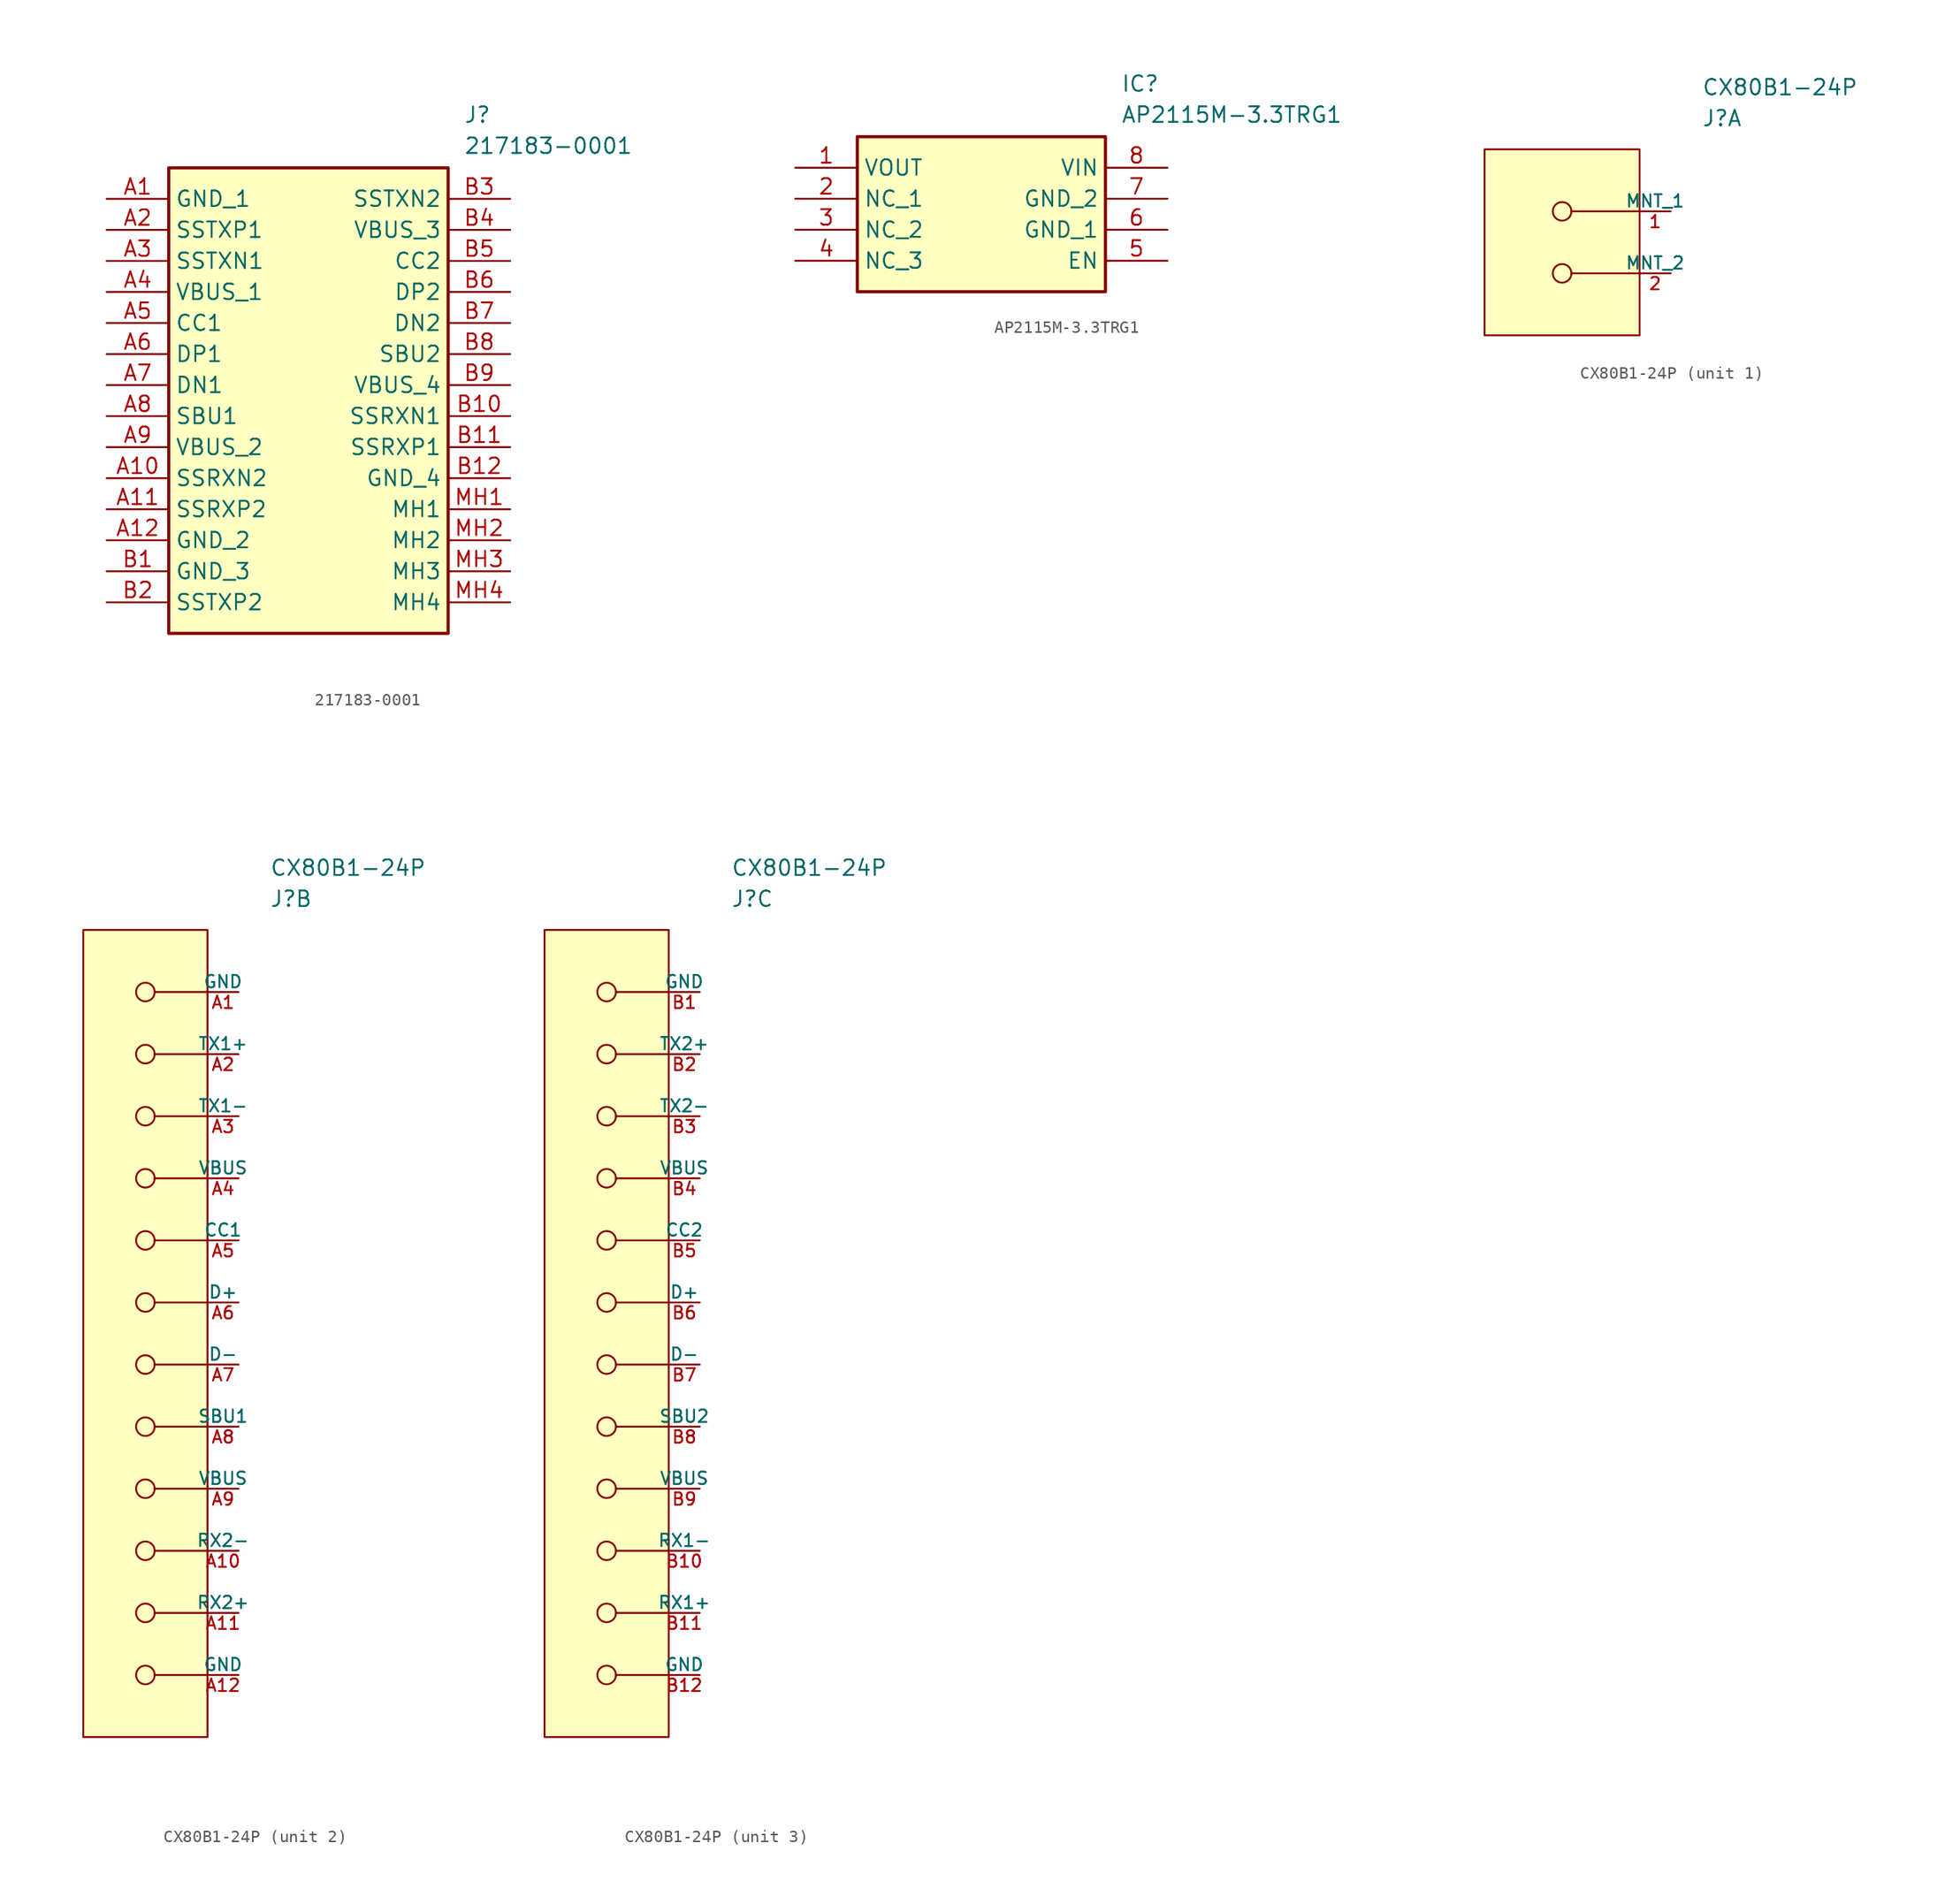
<source format=kicad_sym>
(kicad_symbol_lib
  (version 20220914)
  (generator kicad_symbol_editor)
  (symbol "217183-0001"
    (property "Reference" "J"
      (at 29.21 7.62 0)
      (effects (font (size 1.27 1.27)) (justify left top)))
    (property "Value" "217183-0001"
      (at 29.21 5.08 0)
      (effects (font (size 1.27 1.27)) (justify left top)))
    (symbol "217183-0001_1_1"
      (rectangle (start 5.08 2.54) (end 27.94 -35.56) (stroke (width 0.254) (type default)) (fill (type background)))
      (pin passive line (at 0 0 0) (length 5.08) (name "GND_1" (effects (font (size 1.27 1.27)))) (number "A1" (effects (font (size 1.27 1.27)))))
      (pin passive line (at 0 -22.86 0) (length 5.08) (name "SSRXN2" (effects (font (size 1.27 1.27)))) (number "A10" (effects (font (size 1.27 1.27)))))
      (pin passive line (at 0 -25.4 0) (length 5.08) (name "SSRXP2" (effects (font (size 1.27 1.27)))) (number "A11" (effects (font (size 1.27 1.27)))))
      (pin passive line (at 0 -27.94 0) (length 5.08) (name "GND_2" (effects (font (size 1.27 1.27)))) (number "A12" (effects (font (size 1.27 1.27)))))
      (pin passive line (at 0 -2.54 0) (length 5.08) (name "SSTXP1" (effects (font (size 1.27 1.27)))) (number "A2" (effects (font (size 1.27 1.27)))))
      (pin passive line (at 0 -5.08 0) (length 5.08) (name "SSTXN1" (effects (font (size 1.27 1.27)))) (number "A3" (effects (font (size 1.27 1.27)))))
      (pin passive line (at 0 -7.62 0) (length 5.08) (name "VBUS_1" (effects (font (size 1.27 1.27)))) (number "A4" (effects (font (size 1.27 1.27)))))
      (pin passive line (at 0 -10.16 0) (length 5.08) (name "CC1" (effects (font (size 1.27 1.27)))) (number "A5" (effects (font (size 1.27 1.27)))))
      (pin passive line (at 0 -12.7 0) (length 5.08) (name "DP1" (effects (font (size 1.27 1.27)))) (number "A6" (effects (font (size 1.27 1.27)))))
      (pin passive line (at 0 -15.24 0) (length 5.08) (name "DN1" (effects (font (size 1.27 1.27)))) (number "A7" (effects (font (size 1.27 1.27)))))
      (pin passive line (at 0 -17.78 0) (length 5.08) (name "SBU1" (effects (font (size 1.27 1.27)))) (number "A8" (effects (font (size 1.27 1.27)))))
      (pin passive line (at 0 -20.32 0) (length 5.08) (name "VBUS_2" (effects (font (size 1.27 1.27)))) (number "A9" (effects (font (size 1.27 1.27)))))
      (pin passive line (at 0 -30.48 0) (length 5.08) (name "GND_3" (effects (font (size 1.27 1.27)))) (number "B1" (effects (font (size 1.27 1.27)))))
      (pin passive line (at 33.02 -17.78 180) (length 5.08) (name "SSRXN1" (effects (font (size 1.27 1.27)))) (number "B10" (effects (font (size 1.27 1.27)))))
      (pin passive line (at 33.02 -20.32 180) (length 5.08) (name "SSRXP1" (effects (font (size 1.27 1.27)))) (number "B11" (effects (font (size 1.27 1.27)))))
      (pin passive line (at 33.02 -22.86 180) (length 5.08) (name "GND_4" (effects (font (size 1.27 1.27)))) (number "B12" (effects (font (size 1.27 1.27)))))
      (pin passive line (at 0 -33.02 0) (length 5.08) (name "SSTXP2" (effects (font (size 1.27 1.27)))) (number "B2" (effects (font (size 1.27 1.27)))))
      (pin passive line (at 33.02 0 180) (length 5.08) (name "SSTXN2" (effects (font (size 1.27 1.27)))) (number "B3" (effects (font (size 1.27 1.27)))))
      (pin passive line (at 33.02 -2.54 180) (length 5.08) (name "VBUS_3" (effects (font (size 1.27 1.27)))) (number "B4" (effects (font (size 1.27 1.27)))))
      (pin passive line (at 33.02 -5.08 180) (length 5.08) (name "CC2" (effects (font (size 1.27 1.27)))) (number "B5" (effects (font (size 1.27 1.27)))))
      (pin passive line (at 33.02 -7.62 180) (length 5.08) (name "DP2" (effects (font (size 1.27 1.27)))) (number "B6" (effects (font (size 1.27 1.27)))))
      (pin passive line (at 33.02 -10.16 180) (length 5.08) (name "DN2" (effects (font (size 1.27 1.27)))) (number "B7" (effects (font (size 1.27 1.27)))))
      (pin passive line (at 33.02 -12.7 180) (length 5.08) (name "SBU2" (effects (font (size 1.27 1.27)))) (number "B8" (effects (font (size 1.27 1.27)))))
      (pin passive line (at 33.02 -15.24 180) (length 5.08) (name "VBUS_4" (effects (font (size 1.27 1.27)))) (number "B9" (effects (font (size 1.27 1.27)))))
      (pin passive line (at 33.02 -25.4 180) (length 5.08) (name "MH1" (effects (font (size 1.27 1.27)))) (number "MH1" (effects (font (size 1.27 1.27)))))
      (pin passive line (at 33.02 -27.94 180) (length 5.08) (name "MH2" (effects (font (size 1.27 1.27)))) (number "MH2" (effects (font (size 1.27 1.27)))))
      (pin passive line (at 33.02 -30.48 180) (length 5.08) (name "MH3" (effects (font (size 1.27 1.27)))) (number "MH3" (effects (font (size 1.27 1.27)))))
      (pin passive line (at 33.02 -33.02 180) (length 5.08) (name "MH4" (effects (font (size 1.27 1.27)))) (number "MH4" (effects (font (size 1.27 1.27)))))))
  (symbol "AP2115M-3.3TRG1"
    (property "Reference" "IC"
      (at 26.67 7.62 0)
      (effects (font (size 1.27 1.27)) (justify left top)))
    (property "Value" "AP2115M-3.3TRG1"
      (at 26.67 5.08 0)
      (effects (font (size 1.27 1.27)) (justify left top)))
    (symbol "AP2115M-3.3TRG1_1_1"
      (rectangle (start 5.08 2.54) (end 25.4 -10.16) (stroke (width 0.254) (type default)) (fill (type background)))
      (pin passive line (at 0 0 0) (length 5.08) (name "VOUT" (effects (font (size 1.27 1.27)))) (number "1" (effects (font (size 1.27 1.27)))))
      (pin passive line (at 0 -2.54 0) (length 5.08) (name "NC_1" (effects (font (size 1.27 1.27)))) (number "2" (effects (font (size 1.27 1.27)))))
      (pin passive line (at 0 -5.08 0) (length 5.08) (name "NC_2" (effects (font (size 1.27 1.27)))) (number "3" (effects (font (size 1.27 1.27)))))
      (pin passive line (at 0 -7.62 0) (length 5.08) (name "NC_3" (effects (font (size 1.27 1.27)))) (number "4" (effects (font (size 1.27 1.27)))))
      (pin passive line (at 30.48 -7.62 180) (length 5.08) (name "EN" (effects (font (size 1.27 1.27)))) (number "5" (effects (font (size 1.27 1.27)))))
      (pin passive line (at 30.48 -5.08 180) (length 5.08) (name "GND_1" (effects (font (size 1.27 1.27)))) (number "6" (effects (font (size 1.27 1.27)))))
      (pin passive line (at 30.48 -2.54 180) (length 5.08) (name "GND_2" (effects (font (size 1.27 1.27)))) (number "7" (effects (font (size 1.27 1.27)))))
      (pin passive line (at 30.48 0 180) (length 5.08) (name "VIN" (effects (font (size 1.27 1.27)))) (number "8" (effects (font (size 1.27 1.27)))))))
  (symbol "CX80B1-24P"
    (pin_names
      (offset 0))
    (property "Reference" "J"
      (at 0 7.62 0)
      (effects (font (size 1.27 1.27)) (justify left)))
    (property "Value" "CX80B1-24P"
      (at 0 10.16 0)
      (effects (font (size 1.27 1.27)) (justify left)))
    (property "ki_locked" ""
      (at 0 0 0)
      (effects (font (size 1.27 1.27))))
    (symbol "CX80B1-24P_1_1"
      (rectangle (start -17.78 5.08) (end -5.08 -10.16) (stroke (width 0) (type solid)) (fill (type background)))
      (circle (center -11.43 -5.08) (radius 0.762) (stroke (width 0) (type solid)) (fill (type none)))
      (circle (center -11.43 0) (radius 0.762) (stroke (width 0) (type solid)) (fill (type none)))
      (polyline (pts (xy -10.668 -5.08) (xy -5.08 -5.08)) (stroke (width 0) (type solid)) (fill (type none)))
      (polyline (pts (xy -10.668 0) (xy -5.08 0)) (stroke (width 0) (type solid)) (fill (type none)))
      (pin passive line (at -2.54 0 180) (length 2.54) (name "MNT_1" (effects (font (size 1.016 1.016)))) (number "1" (effects (font (size 1.016 1.016)))))
      (pin passive line (at -2.54 -5.08 180) (length 2.54) (name "MNT_2" (effects (font (size 1.016 1.016)))) (number "2" (effects (font (size 1.016 1.016))))))
    (symbol "CX80B1-24P_2_1"
      (rectangle (start -15.24 5.08) (end -5.08 -60.96) (stroke (width 0) (type solid)) (fill (type background)))
      (circle (center -10.16 -55.88) (radius 0.762) (stroke (width 0) (type solid)) (fill (type none)))
      (circle (center -10.16 -50.8) (radius 0.762) (stroke (width 0) (type solid)) (fill (type none)))
      (circle (center -10.16 -45.72) (radius 0.762) (stroke (width 0) (type solid)) (fill (type none)))
      (circle (center -10.16 -40.64) (radius 0.762) (stroke (width 0) (type solid)) (fill (type none)))
      (circle (center -10.16 -35.56) (radius 0.762) (stroke (width 0) (type solid)) (fill (type none)))
      (circle (center -10.16 -30.48) (radius 0.762) (stroke (width 0) (type solid)) (fill (type none)))
      (circle (center -10.16 -25.4) (radius 0.762) (stroke (width 0) (type solid)) (fill (type none)))
      (circle (center -10.16 -20.32) (radius 0.762) (stroke (width 0) (type solid)) (fill (type none)))
      (circle (center -10.16 -15.24) (radius 0.762) (stroke (width 0) (type solid)) (fill (type none)))
      (circle (center -10.16 -10.16) (radius 0.762) (stroke (width 0) (type solid)) (fill (type none)))
      (circle (center -10.16 -5.08) (radius 0.762) (stroke (width 0) (type solid)) (fill (type none)))
      (circle (center -10.16 0) (radius 0.762) (stroke (width 0) (type solid)) (fill (type none)))
      (polyline (pts (xy -9.398 -55.88) (xy -5.08 -55.88)) (stroke (width 0) (type solid)) (fill (type none)))
      (polyline (pts (xy -9.398 -50.8) (xy -5.08 -50.8)) (stroke (width 0) (type solid)) (fill (type none)))
      (polyline (pts (xy -9.398 -45.72) (xy -5.08 -45.72)) (stroke (width 0) (type solid)) (fill (type none)))
      (polyline (pts (xy -9.398 -40.64) (xy -5.08 -40.64)) (stroke (width 0) (type solid)) (fill (type none)))
      (polyline (pts (xy -9.398 -35.56) (xy -5.08 -35.56)) (stroke (width 0) (type solid)) (fill (type none)))
      (polyline (pts (xy -9.398 -30.48) (xy -5.08 -30.48)) (stroke (width 0) (type solid)) (fill (type none)))
      (polyline (pts (xy -9.398 -25.4) (xy -5.08 -25.4)) (stroke (width 0) (type solid)) (fill (type none)))
      (polyline (pts (xy -9.398 -20.32) (xy -5.08 -20.32)) (stroke (width 0) (type solid)) (fill (type none)))
      (polyline (pts (xy -9.398 -15.24) (xy -5.08 -15.24)) (stroke (width 0) (type solid)) (fill (type none)))
      (polyline (pts (xy -9.398 -10.16) (xy -5.08 -10.16)) (stroke (width 0) (type solid)) (fill (type none)))
      (polyline (pts (xy -9.398 -5.08) (xy -5.08 -5.08)) (stroke (width 0) (type solid)) (fill (type none)))
      (polyline (pts (xy -9.398 0) (xy -5.08 0)) (stroke (width 0) (type solid)) (fill (type none)))
      (pin power_in line (at -2.54 0 180) (length 2.54) (name "GND" (effects (font (size 1.016 1.016)))) (number "A1" (effects (font (size 1.016 1.016)))))
      (pin bidirectional line (at -2.54 -45.72 180) (length 2.54) (name "RX2-" (effects (font (size 1.016 1.016)))) (number "A10" (effects (font (size 1.016 1.016)))))
      (pin bidirectional line (at -2.54 -50.8 180) (length 2.54) (name "RX2+" (effects (font (size 1.016 1.016)))) (number "A11" (effects (font (size 1.016 1.016)))))
      (pin power_in line (at -2.54 -55.88 180) (length 2.54) (name "GND" (effects (font (size 1.016 1.016)))) (number "A12" (effects (font (size 1.016 1.016)))))
      (pin bidirectional line (at -2.54 -5.08 180) (length 2.54) (name "TX1+" (effects (font (size 1.016 1.016)))) (number "A2" (effects (font (size 1.016 1.016)))))
      (pin bidirectional line (at -2.54 -10.16 180) (length 2.54) (name "TX1-" (effects (font (size 1.016 1.016)))) (number "A3" (effects (font (size 1.016 1.016)))))
      (pin power_in line (at -2.54 -15.24 180) (length 2.54) (name "VBUS" (effects (font (size 1.016 1.016)))) (number "A4" (effects (font (size 1.016 1.016)))))
      (pin passive line (at -2.54 -20.32 180) (length 2.54) (name "CC1" (effects (font (size 1.016 1.016)))) (number "A5" (effects (font (size 1.016 1.016)))))
      (pin power_in line (at -2.54 -25.4 180) (length 2.54) (name "D+" (effects (font (size 1.016 1.016)))) (number "A6" (effects (font (size 1.016 1.016)))))
      (pin power_in line (at -2.54 -30.48 180) (length 2.54) (name "D-" (effects (font (size 1.016 1.016)))) (number "A7" (effects (font (size 1.016 1.016)))))
      (pin bidirectional line (at -2.54 -35.56 180) (length 2.54) (name "SBU1" (effects (font (size 1.016 1.016)))) (number "A8" (effects (font (size 1.016 1.016)))))
      (pin power_in line (at -2.54 -40.64 180) (length 2.54) (name "VBUS" (effects (font (size 1.016 1.016)))) (number "A9" (effects (font (size 1.016 1.016))))))
    (symbol "CX80B1-24P_3_1"
      (rectangle (start -15.24 5.08) (end -5.08 -60.96) (stroke (width 0) (type solid)) (fill (type background)))
      (circle (center -10.16 -55.88) (radius 0.762) (stroke (width 0) (type solid)) (fill (type none)))
      (circle (center -10.16 -50.8) (radius 0.762) (stroke (width 0) (type solid)) (fill (type none)))
      (circle (center -10.16 -45.72) (radius 0.762) (stroke (width 0) (type solid)) (fill (type none)))
      (circle (center -10.16 -40.64) (radius 0.762) (stroke (width 0) (type solid)) (fill (type none)))
      (circle (center -10.16 -35.56) (radius 0.762) (stroke (width 0) (type solid)) (fill (type none)))
      (circle (center -10.16 -30.48) (radius 0.762) (stroke (width 0) (type solid)) (fill (type none)))
      (circle (center -10.16 -25.4) (radius 0.762) (stroke (width 0) (type solid)) (fill (type none)))
      (circle (center -10.16 -20.32) (radius 0.762) (stroke (width 0) (type solid)) (fill (type none)))
      (circle (center -10.16 -15.24) (radius 0.762) (stroke (width 0) (type solid)) (fill (type none)))
      (circle (center -10.16 -10.16) (radius 0.762) (stroke (width 0) (type solid)) (fill (type none)))
      (circle (center -10.16 -5.08) (radius 0.762) (stroke (width 0) (type solid)) (fill (type none)))
      (circle (center -10.16 0) (radius 0.762) (stroke (width 0) (type solid)) (fill (type none)))
      (polyline (pts (xy -9.398 -55.88) (xy -5.08 -55.88)) (stroke (width 0) (type solid)) (fill (type none)))
      (polyline (pts (xy -9.398 -50.8) (xy -5.08 -50.8)) (stroke (width 0) (type solid)) (fill (type none)))
      (polyline (pts (xy -9.398 -45.72) (xy -5.08 -45.72)) (stroke (width 0) (type solid)) (fill (type none)))
      (polyline (pts (xy -9.398 -40.64) (xy -5.08 -40.64)) (stroke (width 0) (type solid)) (fill (type none)))
      (polyline (pts (xy -9.398 -35.56) (xy -5.08 -35.56)) (stroke (width 0) (type solid)) (fill (type none)))
      (polyline (pts (xy -9.398 -30.48) (xy -5.08 -30.48)) (stroke (width 0) (type solid)) (fill (type none)))
      (polyline (pts (xy -9.398 -25.4) (xy -5.08 -25.4)) (stroke (width 0) (type solid)) (fill (type none)))
      (polyline (pts (xy -9.398 -20.32) (xy -5.08 -20.32)) (stroke (width 0) (type solid)) (fill (type none)))
      (polyline (pts (xy -9.398 -15.24) (xy -5.08 -15.24)) (stroke (width 0) (type solid)) (fill (type none)))
      (polyline (pts (xy -9.398 -10.16) (xy -5.08 -10.16)) (stroke (width 0) (type solid)) (fill (type none)))
      (polyline (pts (xy -9.398 -5.08) (xy -5.08 -5.08)) (stroke (width 0) (type solid)) (fill (type none)))
      (polyline (pts (xy -9.398 0) (xy -5.08 0)) (stroke (width 0) (type solid)) (fill (type none)))
      (pin power_in line (at -2.54 0 180) (length 2.54) (name "GND" (effects (font (size 1.016 1.016)))) (number "B1" (effects (font (size 1.016 1.016)))))
      (pin bidirectional line (at -2.54 -45.72 180) (length 2.54) (name "RX1-" (effects (font (size 1.016 1.016)))) (number "B10" (effects (font (size 1.016 1.016)))))
      (pin bidirectional line (at -2.54 -50.8 180) (length 2.54) (name "RX1+" (effects (font (size 1.016 1.016)))) (number "B11" (effects (font (size 1.016 1.016)))))
      (pin power_in line (at -2.54 -55.88 180) (length 2.54) (name "GND" (effects (font (size 1.016 1.016)))) (number "B12" (effects (font (size 1.016 1.016)))))
      (pin bidirectional line (at -2.54 -5.08 180) (length 2.54) (name "TX2+" (effects (font (size 1.016 1.016)))) (number "B2" (effects (font (size 1.016 1.016)))))
      (pin bidirectional line (at -2.54 -10.16 180) (length 2.54) (name "TX2-" (effects (font (size 1.016 1.016)))) (number "B3" (effects (font (size 1.016 1.016)))))
      (pin power_in line (at -2.54 -15.24 180) (length 2.54) (name "VBUS" (effects (font (size 1.016 1.016)))) (number "B4" (effects (font (size 1.016 1.016)))))
      (pin passive line (at -2.54 -20.32 180) (length 2.54) (name "CC2" (effects (font (size 1.016 1.016)))) (number "B5" (effects (font (size 1.016 1.016)))))
      (pin power_in line (at -2.54 -25.4 180) (length 2.54) (name "D+" (effects (font (size 1.016 1.016)))) (number "B6" (effects (font (size 1.016 1.016)))))
      (pin power_in line (at -2.54 -30.48 180) (length 2.54) (name "D-" (effects (font (size 1.016 1.016)))) (number "B7" (effects (font (size 1.016 1.016)))))
      (pin power_in line (at -2.54 -35.56 180) (length 2.54) (name "SBU2" (effects (font (size 1.016 1.016)))) (number "B8" (effects (font (size 1.016 1.016)))))
      (pin power_in line (at -2.54 -40.64 180) (length 2.54) (name "VBUS" (effects (font (size 1.016 1.016)))) (number "B9" (effects (font (size 1.016 1.016))))))))
</source>
